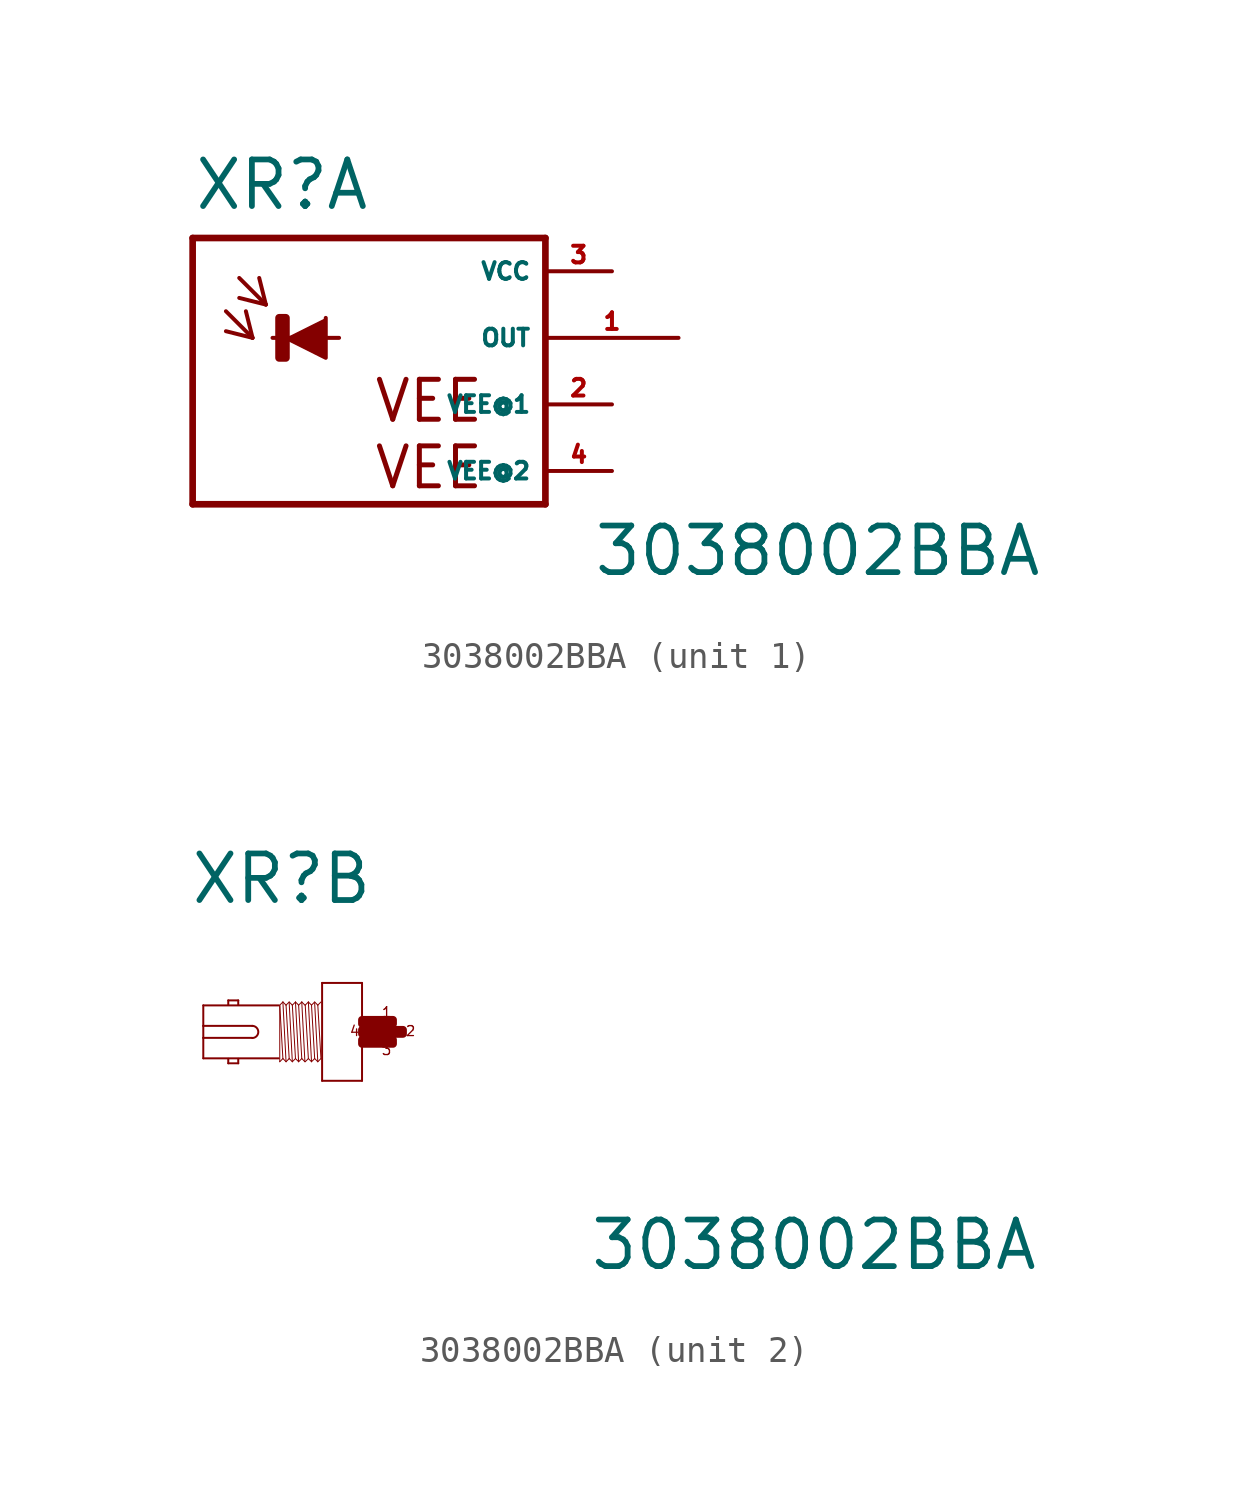
<source format=kicad_sym>
(kicad_symbol_lib
  (version 20220914)
  (generator Eagle2Kicad)
  (symbol "3038002BBA"
    (property "Reference" "XR"
      (at -5.842 4.801 0)
      (effects (font (size 1.778 1.778) (thickness 0.22)) (justify left bottom)))
    (property "Value" "3038002BBA"
      (at 9.398 -9.169 0)
      (effects (font (size 1.778 1.778) (thickness 0.22)) (justify left bottom)))
    (symbol "3038002BBA_1_0"
      (polyline (pts (xy -2.286 0) (xy -0.762 -0.762) (xy -0.762 0.762)) (stroke (width 0.152) (type default)) (fill (type outline)))
      (polyline (pts (xy -4.572 1.016) (xy -3.556 0)) (stroke (width 0.152) (type default)) (fill (type none)))
      (polyline (pts (xy -3.556 0) (xy -3.81 1.016)) (stroke (width 0.152) (type default)) (fill (type none)))
      (polyline (pts (xy -3.556 0) (xy -4.572 0.254)) (stroke (width 0.152) (type default)) (fill (type none)))
      (polyline (pts (xy -4.064 2.286) (xy -3.048 1.27)) (stroke (width 0.152) (type default)) (fill (type none)))
      (polyline (pts (xy -3.048 1.27) (xy -3.302 2.286)) (stroke (width 0.152) (type default)) (fill (type none)))
      (polyline (pts (xy -3.048 1.27) (xy -4.064 1.524)) (stroke (width 0.152) (type default)) (fill (type none)))
      (polyline (pts (xy 7.62 3.81) (xy 7.62 -6.35)) (stroke (width 0.254) (type default)) (fill (type none)))
      (polyline (pts (xy 7.62 -6.35) (xy -5.842 -6.35)) (stroke (width 0.254) (type default)) (fill (type none)))
      (polyline (pts (xy -5.842 -6.35) (xy -5.842 3.81)) (stroke (width 0.254) (type default)) (fill (type none)))
      (polyline (pts (xy -5.842 3.81) (xy 7.62 3.81)) (stroke (width 0.254) (type default)) (fill (type none)))
      (polyline (pts (xy -2.794 0) (xy -0.254 0)) (stroke (width 0.152) (type default)) (fill (type none)))
      (text "VEE" (at 1.016 -3.302 0) (effects (font (size 1.524 1.524) (thickness 0.19)) (justify left bottom)))
      (text "VEE" (at 1.016 -5.842 0) (effects (font (size 1.524 1.524) (thickness 0.19)) (justify left bottom)))
      (rectangle (start -2.54 -0.762) (end -2.286 0.762) (stroke (width 0.3) (type default)) (fill (type outline)))
      (pin unspecified line (at 10.16 2.54 180) (length 2.54) (name "VCC" (effects (font (size 0.635 0.635) (thickness 0.08)) (justify left bottom))) (number "3" (effects (font (size 0.635 0.635) (thickness 0.08)) (justify left bottom))))
      (pin unspecified line (at 10.16 -2.54 180) (length 2.54) (name "VEE@1" (effects (font (size 0.635 0.635) (thickness 0.08)) (justify left bottom))) (number "2" (effects (font (size 0.635 0.635) (thickness 0.08)) (justify left bottom))))
      (pin output line (at 12.7 0 180) (length 5.08) (name "OUT" (effects (font (size 0.635 0.635) (thickness 0.08)) (justify left bottom))) (number "1" (effects (font (size 0.635 0.635) (thickness 0.08)) (justify left bottom))))
      (pin unspecified line (at 10.16 -5.08 180) (length 2.54) (name "VEE@2" (effects (font (size 0.635 0.635) (thickness 0.08)) (justify left bottom))) (number "4" (effects (font (size 0.635 0.635) (thickness 0.08)) (justify left bottom)))))
    (symbol "3038002BBA_2_0"
      (polyline (pts (xy 0.762 1.867) (xy 0.762 -1.867)) (stroke (width 0.076) (type default)) (fill (type none)))
      (polyline (pts (xy 0.762 -1.867) (xy -0.762 -1.867)) (stroke (width 0.076) (type default)) (fill (type none)))
      (polyline (pts (xy -0.762 -1.867) (xy -0.762 1.867)) (stroke (width 0.076) (type default)) (fill (type none)))
      (polyline (pts (xy -0.762 1.867) (xy 0.762 1.867)) (stroke (width 0.076) (type default)) (fill (type none)))
      (polyline (pts (xy -2.419 1.01) (xy -5.296 1.01)) (stroke (width 0.076) (type default)) (fill (type none)))
      (polyline (pts (xy -5.296 1.01) (xy -5.296 0.229)) (stroke (width 0.076) (type default)) (fill (type none)))
      (polyline (pts (xy -5.296 0.229) (xy -5.296 -0.229)) (stroke (width 0.076) (type default)) (fill (type none)))
      (polyline (pts (xy -5.296 -0.229) (xy -5.296 -1.01)) (stroke (width 0.076) (type default)) (fill (type none)))
      (polyline (pts (xy -5.296 -1.01) (xy -2.419 -1.01)) (stroke (width 0.076) (type default)) (fill (type none)))
      (polyline (pts (xy -3.962 -1.029) (xy -3.962 -1.2)) (stroke (width 0.076) (type default)) (fill (type none)))
      (polyline (pts (xy -3.962 -1.2) (xy -4.343 -1.2)) (stroke (width 0.076) (type default)) (fill (type none)))
      (polyline (pts (xy -4.343 -1.2) (xy -4.343 -1.029)) (stroke (width 0.076) (type default)) (fill (type none)))
      (polyline (pts (xy -4.343 1.029) (xy -4.343 1.2)) (stroke (width 0.076) (type default)) (fill (type none)))
      (polyline (pts (xy -4.343 1.2) (xy -3.962 1.2)) (stroke (width 0.076) (type default)) (fill (type none)))
      (polyline (pts (xy -3.962 1.2) (xy -3.962 1.029)) (stroke (width 0.076) (type default)) (fill (type none)))
      (polyline (pts (xy -2.258 1.14) (xy -2.138 -1.14)) (stroke (width 0.038) (type default)) (fill (type none)))
      (polyline (pts (xy -2.018 1.099) (xy -1.898 -1.14)) (stroke (width 0.038) (type default)) (fill (type none)))
      (polyline (pts (xy -1.898 1.02) (xy -1.778 -1.02)) (stroke (width 0.038) (type default)) (fill (type none)))
      (polyline (pts (xy -1.778 1.14) (xy -1.658 -1.14)) (stroke (width 0.038) (type default)) (fill (type none)))
      (polyline (pts (xy -1.538 1.14) (xy -1.418 -1.14)) (stroke (width 0.038) (type default)) (fill (type none)))
      (polyline (pts (xy -2.378 -1.14) (xy -2.378 0.999)) (stroke (width 0.038) (type default)) (fill (type none)))
      (polyline (pts (xy -2.378 -1.14) (xy -2.258 -1.02)) (stroke (width 0.038) (type default)) (fill (type none)))
      (polyline (pts (xy -2.258 -1.02) (xy -2.138 -1.14)) (stroke (width 0.038) (type default)) (fill (type none)))
      (polyline (pts (xy -2.138 -1.14) (xy -2.018 -1.02)) (stroke (width 0.038) (type default)) (fill (type none)))
      (polyline (pts (xy -2.018 -1.02) (xy -1.898 -1.14)) (stroke (width 0.038) (type default)) (fill (type none)))
      (polyline (pts (xy -1.898 -1.14) (xy -1.778 -1.02)) (stroke (width 0.038) (type default)) (fill (type none)))
      (polyline (pts (xy -1.778 -1.02) (xy -1.658 -1.14)) (stroke (width 0.038) (type default)) (fill (type none)))
      (polyline (pts (xy -1.658 -1.14) (xy -1.538 -1.02)) (stroke (width 0.038) (type default)) (fill (type none)))
      (polyline (pts (xy -1.538 -1.02) (xy -1.418 -1.14)) (stroke (width 0.038) (type default)) (fill (type none)))
      (polyline (pts (xy -2.378 1.02) (xy -2.258 1.14)) (stroke (width 0.038) (type default)) (fill (type none)))
      (polyline (pts (xy -2.258 1.14) (xy -2.138 1.02)) (stroke (width 0.038) (type default)) (fill (type none)))
      (polyline (pts (xy -2.138 1.02) (xy -2.018 1.14)) (stroke (width 0.038) (type default)) (fill (type none)))
      (polyline (pts (xy -2.018 1.14) (xy -1.898 1.02)) (stroke (width 0.038) (type default)) (fill (type none)))
      (polyline (pts (xy -1.898 1.02) (xy -1.778 1.14)) (stroke (width 0.038) (type default)) (fill (type none)))
      (polyline (pts (xy -1.778 1.14) (xy -1.658 1.02)) (stroke (width 0.038) (type default)) (fill (type none)))
      (polyline (pts (xy -1.658 1.02) (xy -1.538 1.14)) (stroke (width 0.038) (type default)) (fill (type none)))
      (polyline (pts (xy -1.538 1.14) (xy -1.418 1.02)) (stroke (width 0.038) (type default)) (fill (type none)))
      (polyline (pts (xy -2.138 1.02) (xy -2.018 -1.02)) (stroke (width 0.038) (type default)) (fill (type none)))
      (polyline (pts (xy -1.658 1.02) (xy -1.538 -1.02)) (stroke (width 0.038) (type default)) (fill (type none)))
      (polyline (pts (xy -2.378 1.02) (xy -2.258 -1.02)) (stroke (width 0.038) (type default)) (fill (type none)))
      (polyline (pts (xy -1.286 1.14) (xy -1.166 -1.14)) (stroke (width 0.038) (type default)) (fill (type none)))
      (polyline (pts (xy -1.046 1.099) (xy -0.926 -1.14)) (stroke (width 0.038) (type default)) (fill (type none)))
      (polyline (pts (xy -0.926 1.02) (xy -0.806 -1.02)) (stroke (width 0.038) (type default)) (fill (type none)))
      (polyline (pts (xy -1.406 -1.14) (xy -1.286 -1.02)) (stroke (width 0.038) (type default)) (fill (type none)))
      (polyline (pts (xy -1.286 -1.02) (xy -1.166 -1.14)) (stroke (width 0.038) (type default)) (fill (type none)))
      (polyline (pts (xy -1.166 -1.14) (xy -1.046 -1.02)) (stroke (width 0.038) (type default)) (fill (type none)))
      (polyline (pts (xy -1.046 -1.02) (xy -0.926 -1.14)) (stroke (width 0.038) (type default)) (fill (type none)))
      (polyline (pts (xy -0.926 -1.14) (xy -0.806 -1.02)) (stroke (width 0.038) (type default)) (fill (type none)))
      (polyline (pts (xy -1.406 1.02) (xy -1.286 1.14)) (stroke (width 0.038) (type default)) (fill (type none)))
      (polyline (pts (xy -1.286 1.14) (xy -1.166 1.02)) (stroke (width 0.038) (type default)) (fill (type none)))
      (polyline (pts (xy -1.166 1.02) (xy -1.046 1.14)) (stroke (width 0.038) (type default)) (fill (type none)))
      (polyline (pts (xy -1.046 1.14) (xy -0.926 1.02)) (stroke (width 0.038) (type default)) (fill (type none)))
      (polyline (pts (xy -0.926 1.02) (xy -0.806 1.14)) (stroke (width 0.038) (type default)) (fill (type none)))
      (polyline (pts (xy -1.166 1.02) (xy -1.046 -1.02)) (stroke (width 0.038) (type default)) (fill (type none)))
      (polyline (pts (xy -1.406 1.02) (xy -1.286 -1.02)) (stroke (width 0.038) (type default)) (fill (type none)))
      (polyline (pts (xy -5.296 -0.229) (xy -3.429 -0.229)) (stroke (width 0.076) (type default)) (fill (type none)))
      (polyline (pts (xy -3.429 0.229) (xy -5.296 0.229)) (stroke (width 0.076) (type default)) (fill (type none)))
      (arc (start -3.429 -0.2286) (mid -3.200 0.000) (end -3.429 0.2286) (stroke (width 0.0762) (type default)) (fill (type none)))
      (text "1" (at 1.486 0.533 0) (effects (font (size 0.381 0.381) (thickness 0.05)) (justify left bottom)))
      (text "2" (at 2.4 -0.191 0) (effects (font (size 0.381 0.381) (thickness 0.05)) (justify left bottom)))
      (text "3" (at 1.486 -0.914 0) (effects (font (size 0.381 0.381) (thickness 0.05)) (justify left bottom)))
      (text "4" (at 0.267 -0.191 0) (effects (font (size 0.381 0.381) (thickness 0.05)) (justify left bottom)))
      (rectangle (start 1.524 -0.076) (end 2.324 0.076) (stroke (width 0.3) (type default)) (fill (type outline)))
      (rectangle (start 0.762 -0.076) (end 1.257 0.076) (stroke (width 0.3) (type default)) (fill (type outline)))
      (rectangle (start 0.762 0.305) (end 1.638 0.457) (stroke (width 0.3) (type default)) (fill (type outline)))
      (rectangle (start 0.762 -0.457) (end 1.638 -0.305) (stroke (width 0.3) (type default)) (fill (type outline)))
      (rectangle (start 1.6 -0.457) (end 1.943 -0.305) (stroke (width 0.3) (type default)) (fill (type outline)))
      (rectangle (start 1.219 -0.076) (end 1.562 0.076) (stroke (width 0.3) (type default)) (fill (type outline)))
      (rectangle (start 1.6 0.305) (end 1.943 0.457) (stroke (width 0.3) (type default)) (fill (type outline))))))
</source>
